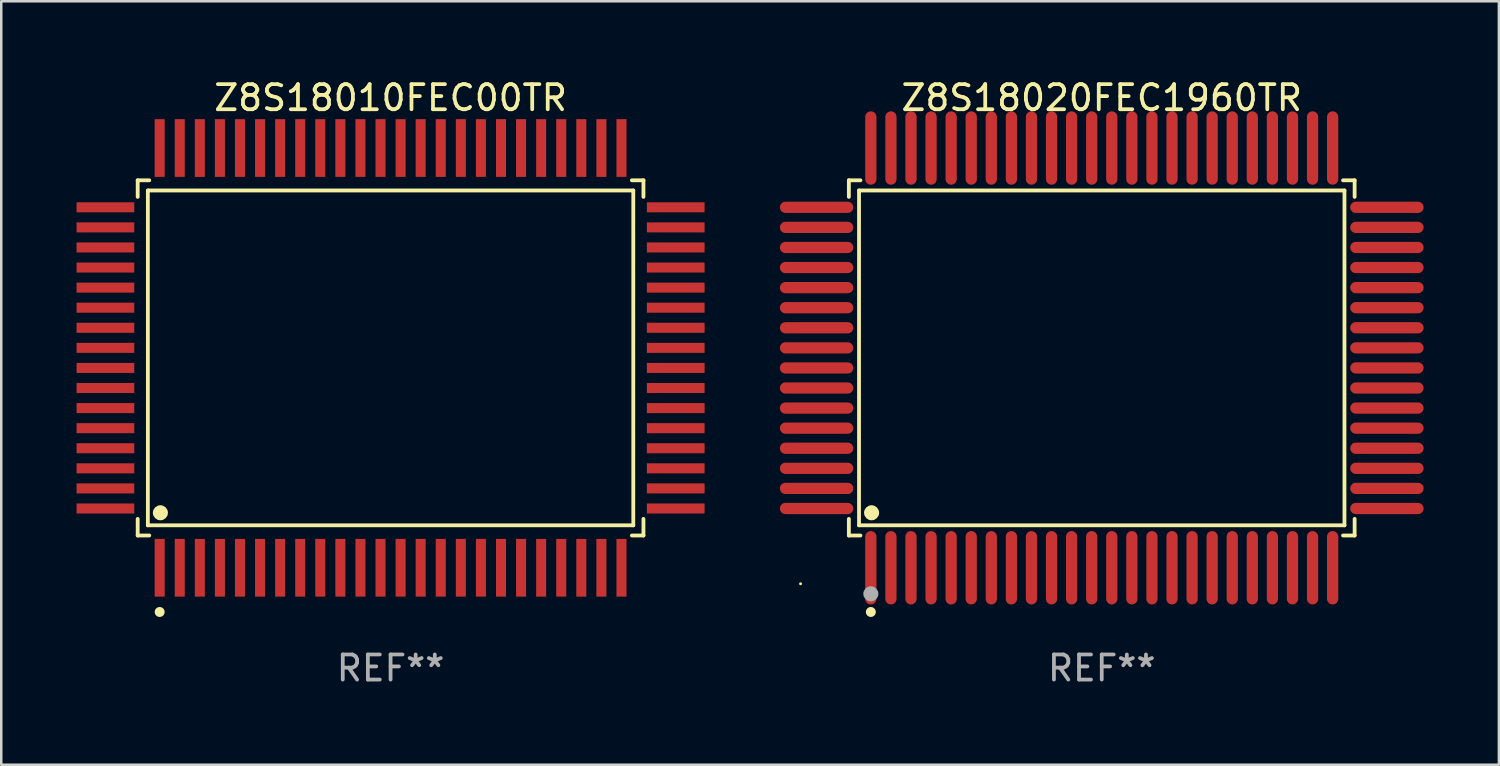
<source format=kicad_pcb>
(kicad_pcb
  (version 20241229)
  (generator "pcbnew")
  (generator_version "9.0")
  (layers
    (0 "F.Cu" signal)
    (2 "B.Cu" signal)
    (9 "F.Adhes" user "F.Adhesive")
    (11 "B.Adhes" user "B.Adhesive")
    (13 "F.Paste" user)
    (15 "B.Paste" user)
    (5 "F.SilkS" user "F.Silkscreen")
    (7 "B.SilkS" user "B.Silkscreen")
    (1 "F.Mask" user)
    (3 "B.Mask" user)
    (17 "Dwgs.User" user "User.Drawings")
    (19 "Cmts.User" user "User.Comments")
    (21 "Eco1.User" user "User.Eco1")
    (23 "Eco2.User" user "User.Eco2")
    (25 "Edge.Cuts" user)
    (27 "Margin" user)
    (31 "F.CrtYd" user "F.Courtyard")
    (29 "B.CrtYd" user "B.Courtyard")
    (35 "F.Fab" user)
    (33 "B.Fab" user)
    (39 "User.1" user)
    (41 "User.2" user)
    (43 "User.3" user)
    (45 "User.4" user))
  (footprint "Z8S18020FEC1960TR"
    (layer "F.Cu")
    (at 40.848 11.21)
    (property "Reference" "Z8S18020FEC1960TR" (at 0 -10.362 0) (layer "F.SilkS") (effects (font (size 1 1) (thickness 0.15))))
    (attr through_hole)
    (fp_line (start -10.076 -7.076) (end -9.615 -7.076) (stroke (width 0.152) (type solid)) (layer "F.SilkS"))
    (fp_line (start -10.076 -6.415) (end -10.076 -7.076) (stroke (width 0.152) (type solid)) (layer "F.SilkS"))
    (fp_line (start -10.076 6.415) (end -10.076 7.076) (stroke (width 0.152) (type solid)) (layer "F.SilkS"))
    (fp_line (start -10.076 7.076) (end -9.615 7.076) (stroke (width 0.152) (type solid)) (layer "F.SilkS"))
    (fp_line (start -9.671 -6.671) (end 9.671 -6.671) (stroke (width 0.152) (type solid)) (layer "F.SilkS"))
    (fp_line (start -9.671 6.671) (end -9.671 -6.671) (stroke (width 0.152) (type solid)) (layer "F.SilkS"))
    (fp_line (start 9.671 -6.671) (end 9.671 6.671) (stroke (width 0.152) (type solid)) (layer "F.SilkS"))
    (fp_line (start 9.671 6.671) (end -9.671 6.671) (stroke (width 0.152) (type solid)) (layer "F.SilkS"))
    (fp_line (start 10.076 -7.076) (end 9.615 -7.076) (stroke (width 0.152) (type solid)) (layer "F.SilkS"))
    (fp_line (start 10.076 -6.415) (end 10.076 -7.076) (stroke (width 0.152) (type solid)) (layer "F.SilkS"))
    (fp_line (start 10.076 6.415) (end 10.076 7.076) (stroke (width 0.152) (type solid)) (layer "F.SilkS"))
    (fp_line (start 10.076 7.076) (end 9.615 7.076) (stroke (width 0.152) (type solid)) (layer "F.SilkS"))
    (fp_circle (center -12 9) (end -11.97 9) (stroke (width 0.06) (type solid)) (fill no) (layer "F.SilkS"))
    (fp_circle (center -9.2 10.124) (end -9.1 10.124) (stroke (width 0.2) (type solid)) (fill no) (layer "F.SilkS"))
    (fp_circle (center -9.171 6.171) (end -9.021 6.171) (stroke (width 0.3) (type solid)) (fill no) (layer "F.SilkS"))
    (fp_circle (center -9.2 9.4) (end -9.05 9.4) (stroke (width 0.3) (type solid)) (fill no) (layer "F.Fab"))
    (fp_text user "REF**" (at 0 12.362 0) (layer "F.Fab") (effects (font (size 1 1) (thickness 0.15))))
    (pad "1" smd oval (at -9.2 8.362) (size 0.448 2.924) (layers "F.Cu" "F.Mask" "F.Paste"))
    (pad "2" smd oval (at -8.4 8.362) (size 0.448 2.924) (layers "F.Cu" "F.Mask" "F.Paste"))
    (pad "3" smd oval (at -7.6 8.362) (size 0.448 2.924) (layers "F.Cu" "F.Mask" "F.Paste"))
    (pad "4" smd oval (at -6.8 8.362) (size 0.448 2.924) (layers "F.Cu" "F.Mask" "F.Paste"))
    (pad "5" smd oval (at -6 8.362) (size 0.448 2.924) (layers "F.Cu" "F.Mask" "F.Paste"))
    (pad "6" smd oval (at -5.2 8.362) (size 0.448 2.924) (layers "F.Cu" "F.Mask" "F.Paste"))
    (pad "7" smd oval (at -4.4 8.362) (size 0.448 2.924) (layers "F.Cu" "F.Mask" "F.Paste"))
    (pad "8" smd oval (at -3.6 8.362) (size 0.448 2.924) (layers "F.Cu" "F.Mask" "F.Paste"))
    (pad "9" smd oval (at -2.8 8.362) (size 0.448 2.924) (layers "F.Cu" "F.Mask" "F.Paste"))
    (pad "10" smd oval (at -2 8.362) (size 0.448 2.924) (layers "F.Cu" "F.Mask" "F.Paste"))
    (pad "11" smd oval (at -1.2 8.362) (size 0.448 2.924) (layers "F.Cu" "F.Mask" "F.Paste"))
    (pad "12" smd oval (at -0.4 8.362) (size 0.448 2.924) (layers "F.Cu" "F.Mask" "F.Paste"))
    (pad "13" smd oval (at 0.4 8.362) (size 0.448 2.924) (layers "F.Cu" "F.Mask" "F.Paste"))
    (pad "14" smd oval (at 1.2 8.362) (size 0.448 2.924) (layers "F.Cu" "F.Mask" "F.Paste"))
    (pad "15" smd oval (at 2 8.362) (size 0.448 2.924) (layers "F.Cu" "F.Mask" "F.Paste"))
    (pad "16" smd oval (at 2.8 8.362) (size 0.448 2.924) (layers "F.Cu" "F.Mask" "F.Paste"))
    (pad "17" smd oval (at 3.6 8.362) (size 0.448 2.924) (layers "F.Cu" "F.Mask" "F.Paste"))
    (pad "18" smd oval (at 4.4 8.362) (size 0.448 2.924) (layers "F.Cu" "F.Mask" "F.Paste"))
    (pad "19" smd oval (at 5.2 8.362) (size 0.448 2.924) (layers "F.Cu" "F.Mask" "F.Paste"))
    (pad "20" smd oval (at 6 8.362) (size 0.448 2.924) (layers "F.Cu" "F.Mask" "F.Paste"))
    (pad "21" smd oval (at 6.8 8.362) (size 0.448 2.924) (layers "F.Cu" "F.Mask" "F.Paste"))
    (pad "22" smd oval (at 7.6 8.362) (size 0.448 2.924) (layers "F.Cu" "F.Mask" "F.Paste"))
    (pad "23" smd oval (at 8.4 8.362) (size 0.448 2.924) (layers "F.Cu" "F.Mask" "F.Paste"))
    (pad "24" smd oval (at 9.2 8.362) (size 0.448 2.924) (layers "F.Cu" "F.Mask" "F.Paste"))
    (pad "25" smd oval (at 11.362 6) (size 2.924 0.448) (layers "F.Cu" "F.Mask" "F.Paste"))
    (pad "26" smd oval (at 11.362 5.2) (size 2.924 0.448) (layers "F.Cu" "F.Mask" "F.Paste"))
    (pad "27" smd oval (at 11.362 4.4) (size 2.924 0.448) (layers "F.Cu" "F.Mask" "F.Paste"))
    (pad "28" smd oval (at 11.362 3.6) (size 2.924 0.448) (layers "F.Cu" "F.Mask" "F.Paste"))
    (pad "29" smd oval (at 11.362 2.8) (size 2.924 0.448) (layers "F.Cu" "F.Mask" "F.Paste"))
    (pad "30" smd oval (at 11.362 2) (size 2.924 0.448) (layers "F.Cu" "F.Mask" "F.Paste"))
    (pad "31" smd oval (at 11.362 1.2) (size 2.924 0.448) (layers "F.Cu" "F.Mask" "F.Paste"))
    (pad "32" smd oval (at 11.362 0.4) (size 2.924 0.448) (layers "F.Cu" "F.Mask" "F.Paste"))
    (pad "33" smd oval (at 11.362 -0.4) (size 2.924 0.448) (layers "F.Cu" "F.Mask" "F.Paste"))
    (pad "34" smd oval (at 11.362 -1.2) (size 2.924 0.448) (layers "F.Cu" "F.Mask" "F.Paste"))
    (pad "35" smd oval (at 11.362 -2) (size 2.924 0.448) (layers "F.Cu" "F.Mask" "F.Paste"))
    (pad "36" smd oval (at 11.362 -2.8) (size 2.924 0.448) (layers "F.Cu" "F.Mask" "F.Paste"))
    (pad "37" smd oval (at 11.362 -3.6) (size 2.924 0.448) (layers "F.Cu" "F.Mask" "F.Paste"))
    (pad "38" smd oval (at 11.362 -4.4) (size 2.924 0.448) (layers "F.Cu" "F.Mask" "F.Paste"))
    (pad "39" smd oval (at 11.362 -5.2) (size 2.924 0.448) (layers "F.Cu" "F.Mask" "F.Paste"))
    (pad "40" smd oval (at 11.362 -6) (size 2.924 0.448) (layers "F.Cu" "F.Mask" "F.Paste"))
    (pad "41" smd oval (at 9.2 -8.362) (size 0.448 2.924) (layers "F.Cu" "F.Mask" "F.Paste"))
    (pad "42" smd oval (at 8.4 -8.362) (size 0.448 2.924) (layers "F.Cu" "F.Mask" "F.Paste"))
    (pad "43" smd oval (at 7.6 -8.362) (size 0.448 2.924) (layers "F.Cu" "F.Mask" "F.Paste"))
    (pad "44" smd oval (at 6.8 -8.362) (size 0.448 2.924) (layers "F.Cu" "F.Mask" "F.Paste"))
    (pad "45" smd oval (at 6 -8.362) (size 0.448 2.924) (layers "F.Cu" "F.Mask" "F.Paste"))
    (pad "46" smd oval (at 5.2 -8.362) (size 0.448 2.924) (layers "F.Cu" "F.Mask" "F.Paste"))
    (pad "47" smd oval (at 4.4 -8.362) (size 0.448 2.924) (layers "F.Cu" "F.Mask" "F.Paste"))
    (pad "48" smd oval (at 3.6 -8.362) (size 0.448 2.924) (layers "F.Cu" "F.Mask" "F.Paste"))
    (pad "49" smd oval (at 2.8 -8.362) (size 0.448 2.924) (layers "F.Cu" "F.Mask" "F.Paste"))
    (pad "50" smd oval (at 2 -8.362) (size 0.448 2.924) (layers "F.Cu" "F.Mask" "F.Paste"))
    (pad "51" smd oval (at 1.2 -8.362) (size 0.448 2.924) (layers "F.Cu" "F.Mask" "F.Paste"))
    (pad "52" smd oval (at 0.4 -8.362) (size 0.448 2.924) (layers "F.Cu" "F.Mask" "F.Paste"))
    (pad "53" smd oval (at -0.4 -8.362) (size 0.448 2.924) (layers "F.Cu" "F.Mask" "F.Paste"))
    (pad "54" smd oval (at -1.2 -8.362) (size 0.448 2.924) (layers "F.Cu" "F.Mask" "F.Paste"))
    (pad "55" smd oval (at -2 -8.362) (size 0.448 2.924) (layers "F.Cu" "F.Mask" "F.Paste"))
    (pad "56" smd oval (at -2.8 -8.362) (size 0.448 2.924) (layers "F.Cu" "F.Mask" "F.Paste"))
    (pad "57" smd oval (at -3.6 -8.362) (size 0.448 2.924) (layers "F.Cu" "F.Mask" "F.Paste"))
    (pad "58" smd oval (at -4.4 -8.362) (size 0.448 2.924) (layers "F.Cu" "F.Mask" "F.Paste"))
    (pad "59" smd oval (at -5.2 -8.362) (size 0.448 2.924) (layers "F.Cu" "F.Mask" "F.Paste"))
    (pad "60" smd oval (at -6 -8.362) (size 0.448 2.924) (layers "F.Cu" "F.Mask" "F.Paste"))
    (pad "61" smd oval (at -6.8 -8.362) (size 0.448 2.924) (layers "F.Cu" "F.Mask" "F.Paste"))
    (pad "62" smd oval (at -7.6 -8.362) (size 0.448 2.924) (layers "F.Cu" "F.Mask" "F.Paste"))
    (pad "63" smd oval (at -8.4 -8.362) (size 0.448 2.924) (layers "F.Cu" "F.Mask" "F.Paste"))
    (pad "64" smd oval (at -9.2 -8.362) (size 0.448 2.924) (layers "F.Cu" "F.Mask" "F.Paste"))
    (pad "65" smd oval (at -11.362 -6) (size 2.924 0.448) (layers "F.Cu" "F.Mask" "F.Paste"))
    (pad "66" smd oval (at -11.362 -5.2) (size 2.924 0.448) (layers "F.Cu" "F.Mask" "F.Paste"))
    (pad "67" smd oval (at -11.362 -4.4) (size 2.924 0.448) (layers "F.Cu" "F.Mask" "F.Paste"))
    (pad "68" smd oval (at -11.362 -3.6) (size 2.924 0.448) (layers "F.Cu" "F.Mask" "F.Paste"))
    (pad "69" smd oval (at -11.362 -2.8) (size 2.924 0.448) (layers "F.Cu" "F.Mask" "F.Paste"))
    (pad "70" smd oval (at -11.362 -2) (size 2.924 0.448) (layers "F.Cu" "F.Mask" "F.Paste"))
    (pad "71" smd oval (at -11.362 -1.2) (size 2.924 0.448) (layers "F.Cu" "F.Mask" "F.Paste"))
    (pad "72" smd oval (at -11.362 -0.4) (size 2.924 0.448) (layers "F.Cu" "F.Mask" "F.Paste"))
    (pad "73" smd oval (at -11.362 0.4) (size 2.924 0.448) (layers "F.Cu" "F.Mask" "F.Paste"))
    (pad "74" smd oval (at -11.362 1.2) (size 2.924 0.448) (layers "F.Cu" "F.Mask" "F.Paste"))
    (pad "75" smd oval (at -11.362 2) (size 2.924 0.448) (layers "F.Cu" "F.Mask" "F.Paste"))
    (pad "76" smd oval (at -11.362 2.8) (size 2.924 0.448) (layers "F.Cu" "F.Mask" "F.Paste"))
    (pad "77" smd oval (at -11.362 3.6) (size 2.924 0.448) (layers "F.Cu" "F.Mask" "F.Paste"))
    (pad "78" smd oval (at -11.362 4.4) (size 2.924 0.448) (layers "F.Cu" "F.Mask" "F.Paste"))
    (pad "79" smd oval (at -11.362 5.2) (size 2.924 0.448) (layers "F.Cu" "F.Mask" "F.Paste"))
    (pad "80" smd oval (at -11.362 6) (size 2.924 0.448) (layers "F.Cu" "F.Mask" "F.Paste")))
  (footprint "Z8S18010FEC00TR"
    (layer "F.Cu")
    (at 12.512 11.21)
    (property "Reference" "Z8S18010FEC00TR" (at 0 -10.362 0) (layer "F.SilkS") (effects (font (size 1 1) (thickness 0.15))))
    (attr through_hole)
    (fp_line (start -10.076 -7.076) (end -9.615 -7.076) (stroke (width 0.152) (type solid)) (layer "F.SilkS"))
    (fp_line (start -10.076 -6.415) (end -10.076 -7.076) (stroke (width 0.152) (type solid)) (layer "F.SilkS"))
    (fp_line (start -10.076 6.415) (end -10.076 7.076) (stroke (width 0.152) (type solid)) (layer "F.SilkS"))
    (fp_line (start -10.076 7.076) (end -9.615 7.076) (stroke (width 0.152) (type solid)) (layer "F.SilkS"))
    (fp_line (start -9.671 -6.671) (end 9.671 -6.671) (stroke (width 0.152) (type solid)) (layer "F.SilkS"))
    (fp_line (start -9.671 6.671) (end -9.671 -6.671) (stroke (width 0.152) (type solid)) (layer "F.SilkS"))
    (fp_line (start 9.671 -6.671) (end 9.671 6.671) (stroke (width 0.152) (type solid)) (layer "F.SilkS"))
    (fp_line (start 9.671 6.671) (end -9.671 6.671) (stroke (width 0.152) (type solid)) (layer "F.SilkS"))
    (fp_line (start 10.076 -7.076) (end 9.615 -7.076) (stroke (width 0.152) (type solid)) (layer "F.SilkS"))
    (fp_line (start 10.076 -6.415) (end 10.076 -7.076) (stroke (width 0.152) (type solid)) (layer "F.SilkS"))
    (fp_line (start 10.076 6.415) (end 10.076 7.076) (stroke (width 0.152) (type solid)) (layer "F.SilkS"))
    (fp_line (start 10.076 7.076) (end 9.615 7.076) (stroke (width 0.152) (type solid)) (layer "F.SilkS"))
    (fp_circle (center -9.2 10.124) (end -9.1 10.124) (stroke (width 0.2) (type solid)) (fill no) (layer "F.SilkS"))
    (fp_circle (center -9.171 6.171) (end -9.021 6.171) (stroke (width 0.3) (type solid)) (fill no) (layer "F.SilkS"))
    (fp_text user "REF**" (at 0 12.362 0) (layer "F.Fab") (effects (font (size 1 1) (thickness 0.15))))
    (pad "1" smd rect (at -9.2 8.362) (size 0.4 2.3) (layers "F.Cu" "F.Mask" "F.Paste"))
    (pad "2" smd rect (at -8.4 8.362) (size 0.4 2.3) (layers "F.Cu" "F.Mask" "F.Paste"))
    (pad "3" smd rect (at -7.6 8.362) (size 0.4 2.3) (layers "F.Cu" "F.Mask" "F.Paste"))
    (pad "4" smd rect (at -6.8 8.362) (size 0.4 2.3) (layers "F.Cu" "F.Mask" "F.Paste"))
    (pad "5" smd rect (at -6 8.362) (size 0.4 2.3) (layers "F.Cu" "F.Mask" "F.Paste"))
    (pad "6" smd rect (at -5.2 8.362) (size 0.4 2.3) (layers "F.Cu" "F.Mask" "F.Paste"))
    (pad "7" smd rect (at -4.4 8.362) (size 0.4 2.3) (layers "F.Cu" "F.Mask" "F.Paste"))
    (pad "8" smd rect (at -3.6 8.362) (size 0.4 2.3) (layers "F.Cu" "F.Mask" "F.Paste"))
    (pad "9" smd rect (at -2.8 8.362) (size 0.4 2.3) (layers "F.Cu" "F.Mask" "F.Paste"))
    (pad "10" smd rect (at -2 8.362) (size 0.4 2.3) (layers "F.Cu" "F.Mask" "F.Paste"))
    (pad "11" smd rect (at -1.2 8.362) (size 0.4 2.3) (layers "F.Cu" "F.Mask" "F.Paste"))
    (pad "12" smd rect (at -0.4 8.362) (size 0.4 2.3) (layers "F.Cu" "F.Mask" "F.Paste"))
    (pad "13" smd rect (at 0.4 8.362) (size 0.4 2.3) (layers "F.Cu" "F.Mask" "F.Paste"))
    (pad "14" smd rect (at 1.2 8.362) (size 0.4 2.3) (layers "F.Cu" "F.Mask" "F.Paste"))
    (pad "15" smd rect (at 2 8.362) (size 0.4 2.3) (layers "F.Cu" "F.Mask" "F.Paste"))
    (pad "16" smd rect (at 2.8 8.362) (size 0.4 2.3) (layers "F.Cu" "F.Mask" "F.Paste"))
    (pad "17" smd rect (at 3.6 8.362) (size 0.4 2.3) (layers "F.Cu" "F.Mask" "F.Paste"))
    (pad "18" smd rect (at 4.4 8.362) (size 0.4 2.3) (layers "F.Cu" "F.Mask" "F.Paste"))
    (pad "19" smd rect (at 5.2 8.362) (size 0.4 2.3) (layers "F.Cu" "F.Mask" "F.Paste"))
    (pad "20" smd rect (at 6 8.362) (size 0.4 2.3) (layers "F.Cu" "F.Mask" "F.Paste"))
    (pad "21" smd rect (at 6.8 8.362) (size 0.4 2.3) (layers "F.Cu" "F.Mask" "F.Paste"))
    (pad "22" smd rect (at 7.6 8.362) (size 0.4 2.3) (layers "F.Cu" "F.Mask" "F.Paste"))
    (pad "23" smd rect (at 8.4 8.362) (size 0.4 2.3) (layers "F.Cu" "F.Mask" "F.Paste"))
    (pad "24" smd rect (at 9.2 8.362) (size 0.4 2.3) (layers "F.Cu" "F.Mask" "F.Paste"))
    (pad "25" smd rect (at 11.362 6) (size 2.3 0.4) (layers "F.Cu" "F.Mask" "F.Paste"))
    (pad "26" smd rect (at 11.362 5.2) (size 2.3 0.4) (layers "F.Cu" "F.Mask" "F.Paste"))
    (pad "27" smd rect (at 11.362 4.4) (size 2.3 0.4) (layers "F.Cu" "F.Mask" "F.Paste"))
    (pad "28" smd rect (at 11.362 3.6) (size 2.3 0.4) (layers "F.Cu" "F.Mask" "F.Paste"))
    (pad "29" smd rect (at 11.362 2.8) (size 2.3 0.4) (layers "F.Cu" "F.Mask" "F.Paste"))
    (pad "30" smd rect (at 11.362 2) (size 2.3 0.4) (layers "F.Cu" "F.Mask" "F.Paste"))
    (pad "31" smd rect (at 11.362 1.2) (size 2.3 0.4) (layers "F.Cu" "F.Mask" "F.Paste"))
    (pad "32" smd rect (at 11.362 0.4) (size 2.3 0.4) (layers "F.Cu" "F.Mask" "F.Paste"))
    (pad "33" smd rect (at 11.362 -0.4) (size 2.3 0.4) (layers "F.Cu" "F.Mask" "F.Paste"))
    (pad "34" smd rect (at 11.362 -1.2) (size 2.3 0.4) (layers "F.Cu" "F.Mask" "F.Paste"))
    (pad "35" smd rect (at 11.362 -2) (size 2.3 0.4) (layers "F.Cu" "F.Mask" "F.Paste"))
    (pad "36" smd rect (at 11.362 -2.8) (size 2.3 0.4) (layers "F.Cu" "F.Mask" "F.Paste"))
    (pad "37" smd rect (at 11.362 -3.6) (size 2.3 0.4) (layers "F.Cu" "F.Mask" "F.Paste"))
    (pad "38" smd rect (at 11.362 -4.4) (size 2.3 0.4) (layers "F.Cu" "F.Mask" "F.Paste"))
    (pad "39" smd rect (at 11.362 -5.2) (size 2.3 0.4) (layers "F.Cu" "F.Mask" "F.Paste"))
    (pad "40" smd rect (at 11.362 -6) (size 2.3 0.4) (layers "F.Cu" "F.Mask" "F.Paste"))
    (pad "41" smd rect (at 9.2 -8.362) (size 0.4 2.3) (layers "F.Cu" "F.Mask" "F.Paste"))
    (pad "42" smd rect (at 8.4 -8.362) (size 0.4 2.3) (layers "F.Cu" "F.Mask" "F.Paste"))
    (pad "43" smd rect (at 7.6 -8.362) (size 0.4 2.3) (layers "F.Cu" "F.Mask" "F.Paste"))
    (pad "44" smd rect (at 6.8 -8.362) (size 0.4 2.3) (layers "F.Cu" "F.Mask" "F.Paste"))
    (pad "45" smd rect (at 6 -8.362) (size 0.4 2.3) (layers "F.Cu" "F.Mask" "F.Paste"))
    (pad "46" smd rect (at 5.2 -8.362) (size 0.4 2.3) (layers "F.Cu" "F.Mask" "F.Paste"))
    (pad "47" smd rect (at 4.4 -8.362) (size 0.4 2.3) (layers "F.Cu" "F.Mask" "F.Paste"))
    (pad "48" smd rect (at 3.6 -8.362) (size 0.4 2.3) (layers "F.Cu" "F.Mask" "F.Paste"))
    (pad "49" smd rect (at 2.8 -8.362) (size 0.4 2.3) (layers "F.Cu" "F.Mask" "F.Paste"))
    (pad "50" smd rect (at 2 -8.362) (size 0.4 2.3) (layers "F.Cu" "F.Mask" "F.Paste"))
    (pad "51" smd rect (at 1.2 -8.362) (size 0.4 2.3) (layers "F.Cu" "F.Mask" "F.Paste"))
    (pad "52" smd rect (at 0.4 -8.362) (size 0.4 2.3) (layers "F.Cu" "F.Mask" "F.Paste"))
    (pad "53" smd rect (at -0.4 -8.362) (size 0.4 2.3) (layers "F.Cu" "F.Mask" "F.Paste"))
    (pad "54" smd rect (at -1.2 -8.362) (size 0.4 2.3) (layers "F.Cu" "F.Mask" "F.Paste"))
    (pad "55" smd rect (at -2 -8.362) (size 0.4 2.3) (layers "F.Cu" "F.Mask" "F.Paste"))
    (pad "56" smd rect (at -2.8 -8.362) (size 0.4 2.3) (layers "F.Cu" "F.Mask" "F.Paste"))
    (pad "57" smd rect (at -3.6 -8.362) (size 0.4 2.3) (layers "F.Cu" "F.Mask" "F.Paste"))
    (pad "58" smd rect (at -4.4 -8.362) (size 0.4 2.3) (layers "F.Cu" "F.Mask" "F.Paste"))
    (pad "59" smd rect (at -5.2 -8.362) (size 0.4 2.3) (layers "F.Cu" "F.Mask" "F.Paste"))
    (pad "60" smd rect (at -6 -8.362) (size 0.4 2.3) (layers "F.Cu" "F.Mask" "F.Paste"))
    (pad "61" smd rect (at -6.8 -8.362) (size 0.4 2.3) (layers "F.Cu" "F.Mask" "F.Paste"))
    (pad "62" smd rect (at -7.6 -8.362) (size 0.4 2.3) (layers "F.Cu" "F.Mask" "F.Paste"))
    (pad "63" smd rect (at -8.4 -8.362) (size 0.4 2.3) (layers "F.Cu" "F.Mask" "F.Paste"))
    (pad "64" smd rect (at -9.2 -8.362) (size 0.4 2.3) (layers "F.Cu" "F.Mask" "F.Paste"))
    (pad "65" smd rect (at -11.362 -6) (size 2.3 0.4) (layers "F.Cu" "F.Mask" "F.Paste"))
    (pad "66" smd rect (at -11.362 -5.2) (size 2.3 0.4) (layers "F.Cu" "F.Mask" "F.Paste"))
    (pad "67" smd rect (at -11.362 -4.4) (size 2.3 0.4) (layers "F.Cu" "F.Mask" "F.Paste"))
    (pad "68" smd rect (at -11.362 -3.6) (size 2.3 0.4) (layers "F.Cu" "F.Mask" "F.Paste"))
    (pad "69" smd rect (at -11.362 -2.8) (size 2.3 0.4) (layers "F.Cu" "F.Mask" "F.Paste"))
    (pad "70" smd rect (at -11.362 -2) (size 2.3 0.4) (layers "F.Cu" "F.Mask" "F.Paste"))
    (pad "71" smd rect (at -11.362 -1.2) (size 2.3 0.4) (layers "F.Cu" "F.Mask" "F.Paste"))
    (pad "72" smd rect (at -11.362 -0.4) (size 2.3 0.4) (layers "F.Cu" "F.Mask" "F.Paste"))
    (pad "73" smd rect (at -11.362 0.4) (size 2.3 0.4) (layers "F.Cu" "F.Mask" "F.Paste"))
    (pad "74" smd rect (at -11.362 1.2) (size 2.3 0.4) (layers "F.Cu" "F.Mask" "F.Paste"))
    (pad "75" smd rect (at -11.362 2) (size 2.3 0.4) (layers "F.Cu" "F.Mask" "F.Paste"))
    (pad "76" smd rect (at -11.362 2.8) (size 2.3 0.4) (layers "F.Cu" "F.Mask" "F.Paste"))
    (pad "77" smd rect (at -11.362 3.6) (size 2.3 0.4) (layers "F.Cu" "F.Mask" "F.Paste"))
    (pad "78" smd rect (at -11.362 4.4) (size 2.3 0.4) (layers "F.Cu" "F.Mask" "F.Paste"))
    (pad "79" smd rect (at -11.362 5.2) (size 2.3 0.4) (layers "F.Cu" "F.Mask" "F.Paste"))
    (pad "80" smd rect (at -11.362 6) (size 2.3 0.4) (layers "F.Cu" "F.Mask" "F.Paste")))
  (gr_rect
    (start -3 -3)
    (end 56.672 27.42)
    (stroke (width 0.1) (type default))
    (fill no)
    (layer "Edge.Cuts")))
</source>
